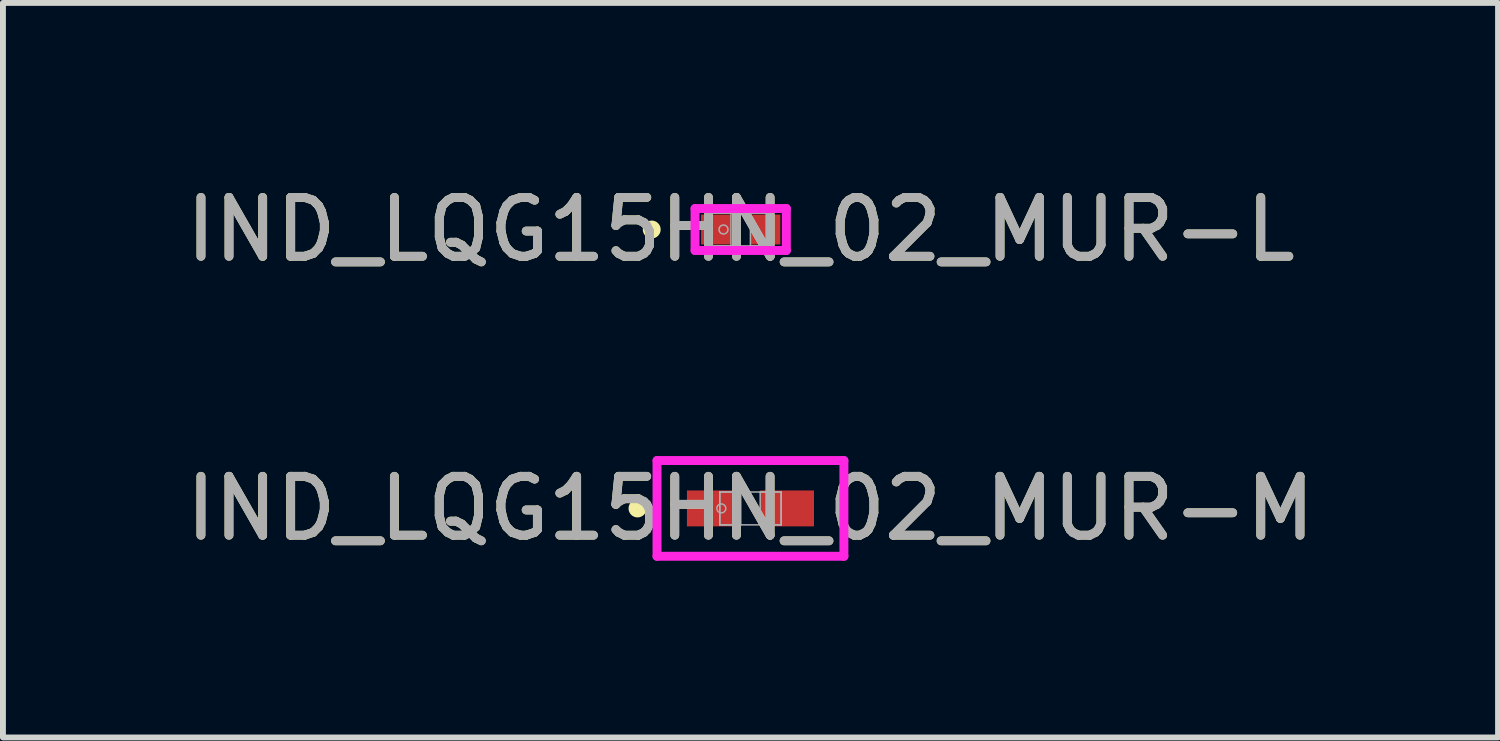
<source format=kicad_pcb>
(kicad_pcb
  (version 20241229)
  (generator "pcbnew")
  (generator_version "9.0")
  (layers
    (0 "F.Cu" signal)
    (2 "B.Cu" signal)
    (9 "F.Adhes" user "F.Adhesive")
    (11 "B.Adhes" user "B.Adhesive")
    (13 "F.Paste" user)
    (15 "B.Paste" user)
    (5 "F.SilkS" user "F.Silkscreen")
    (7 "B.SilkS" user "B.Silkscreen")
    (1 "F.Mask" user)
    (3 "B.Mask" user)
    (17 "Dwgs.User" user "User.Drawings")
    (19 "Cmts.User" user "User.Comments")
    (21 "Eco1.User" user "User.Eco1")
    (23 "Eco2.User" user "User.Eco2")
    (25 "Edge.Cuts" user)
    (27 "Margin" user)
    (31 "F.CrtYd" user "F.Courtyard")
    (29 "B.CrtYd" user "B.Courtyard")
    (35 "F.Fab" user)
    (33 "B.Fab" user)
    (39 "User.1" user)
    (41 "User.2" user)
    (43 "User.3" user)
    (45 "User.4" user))
  (footprint "IND_LQG15HN_02_MUR-L"
    (layer "F.Cu")
    (at 9.53 0.848)
    (property "Reference" "IND_LQG15HN_02_MUR-L" (at 0 0 0) (unlocked yes) (layer "F.SilkS") (effects (font (size 1 1) (thickness 0.15))))
    (attr smd)
    (fp_circle (center -1.511 0) (end -1.435 0) (stroke (width 0.152) (type solid)) (fill no) (layer "F.SilkS"))
    (fp_line (start -0.775 -0.356) (end 0.775 -0.356) (stroke (width 0.152) (type solid)) (layer "F.CrtYd"))
    (fp_line (start -0.775 0.356) (end -0.775 -0.356) (stroke (width 0.152) (type solid)) (layer "F.CrtYd"))
    (fp_line (start 0.775 -0.356) (end 0.775 0.356) (stroke (width 0.152) (type solid)) (layer "F.CrtYd"))
    (fp_line (start 0.775 0.356) (end -0.775 0.356) (stroke (width 0.152) (type solid)) (layer "F.CrtYd"))
    (fp_line (start -0.521 -0.279) (end -0.521 0.279) (stroke (width 0.025) (type solid)) (layer "F.Fab"))
    (fp_line (start -0.521 -0.279) (end -0.521 0.279) (stroke (width 0.025) (type solid)) (layer "F.Fab"))
    (fp_line (start -0.521 0.279) (end -0.165 0.279) (stroke (width 0.025) (type solid)) (layer "F.Fab"))
    (fp_line (start -0.521 0.279) (end 0.521 0.279) (stroke (width 0.025) (type solid)) (layer "F.Fab"))
    (fp_line (start -0.165 -0.279) (end -0.521 -0.279) (stroke (width 0.025) (type solid)) (layer "F.Fab"))
    (fp_line (start -0.165 0.279) (end -0.165 -0.279) (stroke (width 0.025) (type solid)) (layer "F.Fab"))
    (fp_line (start 0.165 -0.279) (end 0.165 0.279) (stroke (width 0.025) (type solid)) (layer "F.Fab"))
    (fp_line (start 0.165 0.279) (end 0.521 0.279) (stroke (width 0.025) (type solid)) (layer "F.Fab"))
    (fp_line (start 0.521 -0.279) (end -0.521 -0.279) (stroke (width 0.025) (type solid)) (layer "F.Fab"))
    (fp_line (start 0.521 -0.279) (end 0.165 -0.279) (stroke (width 0.025) (type solid)) (layer "F.Fab"))
    (fp_line (start 0.521 0.279) (end 0.521 -0.279) (stroke (width 0.025) (type solid)) (layer "F.Fab"))
    (fp_line (start 0.521 0.279) (end 0.521 -0.279) (stroke (width 0.025) (type solid)) (layer "F.Fab"))
    (fp_circle (center -0.292 0) (end -0.216 0) (stroke (width 0.025) (type solid)) (fill no) (layer "F.Fab"))
    (fp_text user "${REFERENCE}" (at 0 0 0) (unlocked yes) (layer "F.Fab") (effects (font (size 1 1) (thickness 0.15))))
    (pad "1" smd rect (at -0.419 0) (size 0.508 0.508) (layers "F.Cu" "F.Mask" "F.Paste"))
    (pad "2" smd rect (at 0.419 0) (size 0.508 0.508) (layers "F.Cu" "F.Mask" "F.Paste"))
    (zone (net_name "") (layer "F.Cu") (hatch full 0.508) (connect_pads) (min_thickness 0.254) (filled_areas_thickness no) (keepout (tracks not_allowed) (vias not_allowed) (pads allowed) (copperpour not_allowed) (footprints allowed)) (placement (enabled no)) (fill) (polygon (pts (xy 9.415 0.62) (xy 9.644 0.62) (xy 9.644 1.077) (xy 9.415 1.077)))))
  (footprint "IND_LQG15HN_02_MUR-M"
    (layer "F.Cu")
    (at 9.696 5.585)
    (property "Reference" "IND_LQG15HN_02_MUR-M" (at 0 0 0) (unlocked yes) (layer "F.SilkS") (effects (font (size 1 1) (thickness 0.15))))
    (attr smd)
    (fp_circle (center -1.918 0) (end -1.841 0) (stroke (width 0.152) (type solid)) (fill no) (layer "F.SilkS"))
    (fp_line (start -1.587 -0.813) (end 1.587 -0.813) (stroke (width 0.152) (type solid)) (layer "F.CrtYd"))
    (fp_line (start -1.587 0.813) (end -1.587 -0.813) (stroke (width 0.152) (type solid)) (layer "F.CrtYd"))
    (fp_line (start 1.587 -0.813) (end 1.587 0.813) (stroke (width 0.152) (type solid)) (layer "F.CrtYd"))
    (fp_line (start 1.587 0.813) (end -1.587 0.813) (stroke (width 0.152) (type solid)) (layer "F.CrtYd"))
    (fp_line (start -0.521 -0.279) (end -0.521 0.279) (stroke (width 0.025) (type solid)) (layer "F.Fab"))
    (fp_line (start -0.521 -0.279) (end -0.521 0.279) (stroke (width 0.025) (type solid)) (layer "F.Fab"))
    (fp_line (start -0.521 0.279) (end -0.165 0.279) (stroke (width 0.025) (type solid)) (layer "F.Fab"))
    (fp_line (start -0.521 0.279) (end 0.521 0.279) (stroke (width 0.025) (type solid)) (layer "F.Fab"))
    (fp_line (start -0.165 -0.279) (end -0.521 -0.279) (stroke (width 0.025) (type solid)) (layer "F.Fab"))
    (fp_line (start -0.165 0.279) (end -0.165 -0.279) (stroke (width 0.025) (type solid)) (layer "F.Fab"))
    (fp_line (start 0.165 -0.279) (end 0.165 0.279) (stroke (width 0.025) (type solid)) (layer "F.Fab"))
    (fp_line (start 0.165 0.279) (end 0.521 0.279) (stroke (width 0.025) (type solid)) (layer "F.Fab"))
    (fp_line (start 0.521 -0.279) (end -0.521 -0.279) (stroke (width 0.025) (type solid)) (layer "F.Fab"))
    (fp_line (start 0.521 -0.279) (end 0.165 -0.279) (stroke (width 0.025) (type solid)) (layer "F.Fab"))
    (fp_line (start 0.521 0.279) (end 0.521 -0.279) (stroke (width 0.025) (type solid)) (layer "F.Fab"))
    (fp_line (start 0.521 0.279) (end 0.521 -0.279) (stroke (width 0.025) (type solid)) (layer "F.Fab"))
    (fp_circle (center -0.495 0) (end -0.419 0) (stroke (width 0.025) (type solid)) (fill no) (layer "F.Fab"))
    (fp_text user "${REFERENCE}" (at 0 0 0) (unlocked yes) (layer "F.Fab") (effects (font (size 1 1) (thickness 0.15))))
    (pad "1" smd rect (at -0.622 0) (size 0.914 0.61) (layers "F.Cu" "F.Mask" "F.Paste"))
    (pad "2" smd rect (at 0.622 0) (size 0.914 0.61) (layers "F.Cu" "F.Mask" "F.Paste"))
    (zone (net_name "") (layer "F.Cu") (hatch full 0.508) (connect_pads) (min_thickness 0.254) (filled_areas_thickness no) (keepout (tracks not_allowed) (vias not_allowed) (pads allowed) (copperpour not_allowed) (footprints allowed)) (placement (enabled no)) (fill) (polygon (pts (xy 9.582 5.357) (xy 9.811 5.357) (xy 9.811 5.814) (xy 9.582 5.814)))))
  (gr_rect
    (start -3 -3)
    (end 22.393 9.475)
    (stroke (width 0.1) (type default))
    (fill no)
    (layer "Edge.Cuts")))
</source>
